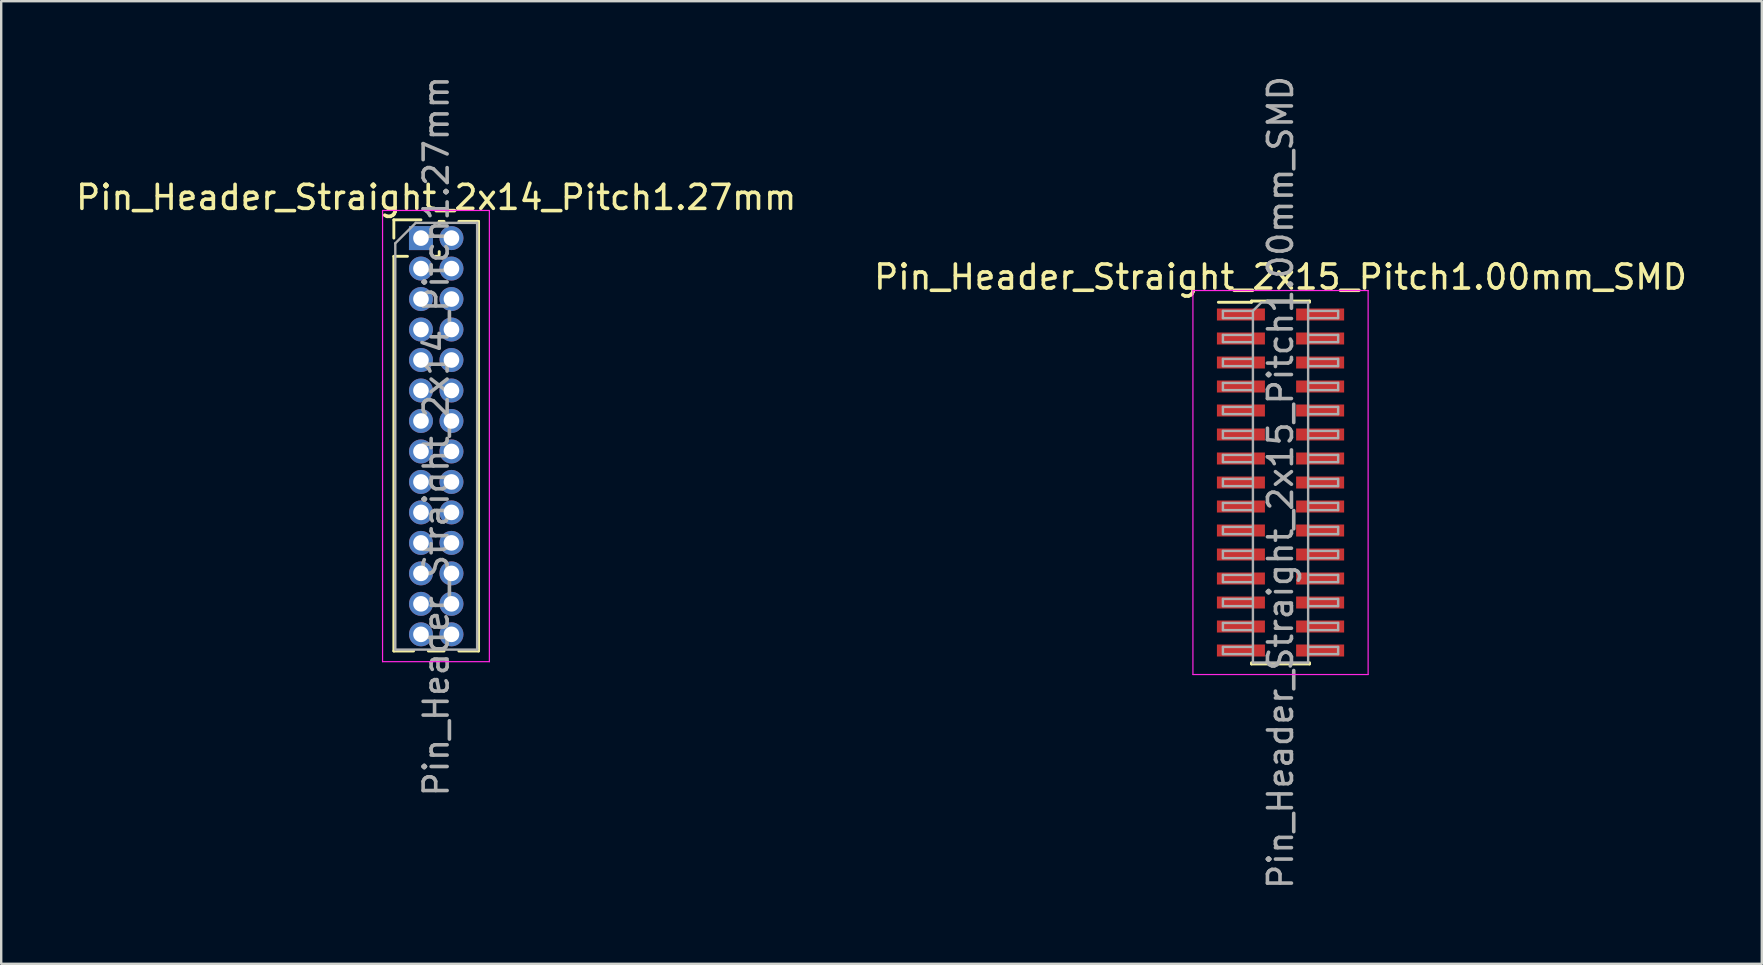
<source format=kicad_pcb>
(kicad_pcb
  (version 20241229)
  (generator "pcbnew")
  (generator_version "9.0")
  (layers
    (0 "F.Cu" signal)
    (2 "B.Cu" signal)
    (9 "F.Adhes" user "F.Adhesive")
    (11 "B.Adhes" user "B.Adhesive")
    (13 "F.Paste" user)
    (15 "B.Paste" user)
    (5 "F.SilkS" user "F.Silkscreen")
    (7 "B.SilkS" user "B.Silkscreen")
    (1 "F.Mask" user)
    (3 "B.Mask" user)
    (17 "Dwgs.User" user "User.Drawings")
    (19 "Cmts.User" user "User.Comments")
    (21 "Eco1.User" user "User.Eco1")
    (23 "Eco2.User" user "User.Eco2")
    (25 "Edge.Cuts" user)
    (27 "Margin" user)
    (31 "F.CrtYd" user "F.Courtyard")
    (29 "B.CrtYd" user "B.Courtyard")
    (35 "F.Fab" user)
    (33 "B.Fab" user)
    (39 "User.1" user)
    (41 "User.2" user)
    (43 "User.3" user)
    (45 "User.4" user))
  (footprint "Pin_Header_Straight_2x14_Pitch1.27mm"
    (layer "F.Cu")
    (at 14.49 6.87)
    (property "Reference" "Pin_Header_Straight_2x14_Pitch1.27mm" (at 0.635 -1.695 0) (layer "F.SilkS") (effects (font (size 1 1) (thickness 0.15))))
    (attr through_hole)
    (fp_line (start -1.13 -0.76) (end 0 -0.76) (stroke (width 0.12) (type solid)) (layer "F.SilkS"))
    (fp_line (start -1.13 0) (end -1.13 -0.76) (stroke (width 0.12) (type solid)) (layer "F.SilkS"))
    (fp_line (start -1.13 0.76) (end -1.13 17.205) (stroke (width 0.12) (type solid)) (layer "F.SilkS"))
    (fp_line (start -1.13 0.76) (end -0.563 0.76) (stroke (width 0.12) (type solid)) (layer "F.SilkS"))
    (fp_line (start -1.13 17.205) (end -0.308 17.205) (stroke (width 0.12) (type solid)) (layer "F.SilkS"))
    (fp_line (start 0.308 17.205) (end 0.962 17.205) (stroke (width 0.12) (type solid)) (layer "F.SilkS"))
    (fp_line (start 0.563 0.76) (end 0.707 0.76) (stroke (width 0.12) (type solid)) (layer "F.SilkS"))
    (fp_line (start 0.76 -0.695) (end 0.962 -0.695) (stroke (width 0.12) (type solid)) (layer "F.SilkS"))
    (fp_line (start 0.76 -0.563) (end 0.76 -0.695) (stroke (width 0.12) (type solid)) (layer "F.SilkS"))
    (fp_line (start 0.76 0.707) (end 0.76 0.563) (stroke (width 0.12) (type solid)) (layer "F.SilkS"))
    (fp_line (start 1.578 -0.695) (end 2.4 -0.695) (stroke (width 0.12) (type solid)) (layer "F.SilkS"))
    (fp_line (start 1.578 17.205) (end 2.4 17.205) (stroke (width 0.12) (type solid)) (layer "F.SilkS"))
    (fp_line (start 2.4 -0.695) (end 2.4 17.205) (stroke (width 0.12) (type solid)) (layer "F.SilkS"))
    (fp_line (start -1.6 -1.15) (end -1.6 17.65) (stroke (width 0.05) (type solid)) (layer "F.CrtYd"))
    (fp_line (start -1.6 17.65) (end 2.85 17.65) (stroke (width 0.05) (type solid)) (layer "F.CrtYd"))
    (fp_line (start 2.85 -1.15) (end -1.6 -1.15) (stroke (width 0.05) (type solid)) (layer "F.CrtYd"))
    (fp_line (start 2.85 17.65) (end 2.85 -1.15) (stroke (width 0.05) (type solid)) (layer "F.CrtYd"))
    (fp_line (start -1.07 0.217) (end -0.217 -0.635) (stroke (width 0.1) (type solid)) (layer "F.Fab"))
    (fp_line (start -1.07 17.145) (end -1.07 0.217) (stroke (width 0.1) (type solid)) (layer "F.Fab"))
    (fp_line (start -0.217 -0.635) (end 2.34 -0.635) (stroke (width 0.1) (type solid)) (layer "F.Fab"))
    (fp_line (start 2.34 -0.635) (end 2.34 17.145) (stroke (width 0.1) (type solid)) (layer "F.Fab"))
    (fp_line (start 2.34 17.145) (end -1.07 17.145) (stroke (width 0.1) (type solid)) (layer "F.Fab"))
    (fp_text user "${REFERENCE}" (at 0.635 8.255 90) (layer "F.Fab") (effects (font (size 1 1) (thickness 0.15))))
    (pad "1" thru_hole rect (at 0 0) (size 1 1) (drill 0.65) (layers "*.Cu" "*.Mask"))
    (pad "2" thru_hole oval (at 1.27 0) (size 1 1) (drill 0.65) (layers "*.Cu" "*.Mask"))
    (pad "3" thru_hole oval (at 0 1.27) (size 1 1) (drill 0.65) (layers "*.Cu" "*.Mask"))
    (pad "4" thru_hole oval (at 1.27 1.27) (size 1 1) (drill 0.65) (layers "*.Cu" "*.Mask"))
    (pad "5" thru_hole oval (at 0 2.54) (size 1 1) (drill 0.65) (layers "*.Cu" "*.Mask"))
    (pad "6" thru_hole oval (at 1.27 2.54) (size 1 1) (drill 0.65) (layers "*.Cu" "*.Mask"))
    (pad "7" thru_hole oval (at 0 3.81) (size 1 1) (drill 0.65) (layers "*.Cu" "*.Mask"))
    (pad "8" thru_hole oval (at 1.27 3.81) (size 1 1) (drill 0.65) (layers "*.Cu" "*.Mask"))
    (pad "9" thru_hole oval (at 0 5.08) (size 1 1) (drill 0.65) (layers "*.Cu" "*.Mask"))
    (pad "10" thru_hole oval (at 1.27 5.08) (size 1 1) (drill 0.65) (layers "*.Cu" "*.Mask"))
    (pad "11" thru_hole oval (at 0 6.35) (size 1 1) (drill 0.65) (layers "*.Cu" "*.Mask"))
    (pad "12" thru_hole oval (at 1.27 6.35) (size 1 1) (drill 0.65) (layers "*.Cu" "*.Mask"))
    (pad "13" thru_hole oval (at 0 7.62) (size 1 1) (drill 0.65) (layers "*.Cu" "*.Mask"))
    (pad "14" thru_hole oval (at 1.27 7.62) (size 1 1) (drill 0.65) (layers "*.Cu" "*.Mask"))
    (pad "15" thru_hole oval (at 0 8.89) (size 1 1) (drill 0.65) (layers "*.Cu" "*.Mask"))
    (pad "16" thru_hole oval (at 1.27 8.89) (size 1 1) (drill 0.65) (layers "*.Cu" "*.Mask"))
    (pad "17" thru_hole oval (at 0 10.16) (size 1 1) (drill 0.65) (layers "*.Cu" "*.Mask"))
    (pad "18" thru_hole oval (at 1.27 10.16) (size 1 1) (drill 0.65) (layers "*.Cu" "*.Mask"))
    (pad "19" thru_hole oval (at 0 11.43) (size 1 1) (drill 0.65) (layers "*.Cu" "*.Mask"))
    (pad "20" thru_hole oval (at 1.27 11.43) (size 1 1) (drill 0.65) (layers "*.Cu" "*.Mask"))
    (pad "21" thru_hole oval (at 0 12.7) (size 1 1) (drill 0.65) (layers "*.Cu" "*.Mask"))
    (pad "22" thru_hole oval (at 1.27 12.7) (size 1 1) (drill 0.65) (layers "*.Cu" "*.Mask"))
    (pad "23" thru_hole oval (at 0 13.97) (size 1 1) (drill 0.65) (layers "*.Cu" "*.Mask"))
    (pad "24" thru_hole oval (at 1.27 13.97) (size 1 1) (drill 0.65) (layers "*.Cu" "*.Mask"))
    (pad "25" thru_hole oval (at 0 15.24) (size 1 1) (drill 0.65) (layers "*.Cu" "*.Mask"))
    (pad "26" thru_hole oval (at 1.27 15.24) (size 1 1) (drill 0.65) (layers "*.Cu" "*.Mask"))
    (pad "27" thru_hole oval (at 0 16.51) (size 1 1) (drill 0.65) (layers "*.Cu" "*.Mask"))
    (pad "28" thru_hole oval (at 1.27 16.51) (size 1 1) (drill 0.65) (layers "*.Cu" "*.Mask")))
  (footprint "Pin_Header_Straight_2x15_Pitch1.00mm_SMD"
    (layer "F.Cu")
    (at 50.304 17.054)
    (property "Reference" "Pin_Header_Straight_2x15_Pitch1.00mm_SMD" (at 0 -8.56 0) (layer "F.SilkS") (effects (font (size 1 1) (thickness 0.15))))
    (attr smd)
    (fp_line (start -2.59 -7.51) (end -1.21 -7.51) (stroke (width 0.12) (type solid)) (layer "F.SilkS"))
    (fp_line (start -1.21 -7.56) (end -1.21 -7.51) (stroke (width 0.12) (type solid)) (layer "F.SilkS"))
    (fp_line (start -1.21 -7.56) (end 1.21 -7.56) (stroke (width 0.12) (type solid)) (layer "F.SilkS"))
    (fp_line (start -1.21 7.51) (end -1.21 7.56) (stroke (width 0.12) (type solid)) (layer "F.SilkS"))
    (fp_line (start -1.21 7.56) (end 1.21 7.56) (stroke (width 0.12) (type solid)) (layer "F.SilkS"))
    (fp_line (start 1.21 -7.56) (end 1.21 -7.51) (stroke (width 0.12) (type solid)) (layer "F.SilkS"))
    (fp_line (start 1.21 7.51) (end 1.21 7.56) (stroke (width 0.12) (type solid)) (layer "F.SilkS"))
    (fp_line (start -3.65 -8) (end -3.65 8) (stroke (width 0.05) (type solid)) (layer "F.CrtYd"))
    (fp_line (start -3.65 8) (end 3.65 8) (stroke (width 0.05) (type solid)) (layer "F.CrtYd"))
    (fp_line (start 3.65 -8) (end -3.65 -8) (stroke (width 0.05) (type solid)) (layer "F.CrtYd"))
    (fp_line (start 3.65 8) (end 3.65 -8) (stroke (width 0.05) (type solid)) (layer "F.CrtYd"))
    (fp_line (start -2.4 -7.15) (end -2.4 -6.85) (stroke (width 0.1) (type solid)) (layer "F.Fab"))
    (fp_line (start -2.4 -6.85) (end -1.15 -6.85) (stroke (width 0.1) (type solid)) (layer "F.Fab"))
    (fp_line (start -2.4 -6.15) (end -2.4 -5.85) (stroke (width 0.1) (type solid)) (layer "F.Fab"))
    (fp_line (start -2.4 -5.85) (end -1.15 -5.85) (stroke (width 0.1) (type solid)) (layer "F.Fab"))
    (fp_line (start -2.4 -5.15) (end -2.4 -4.85) (stroke (width 0.1) (type solid)) (layer "F.Fab"))
    (fp_line (start -2.4 -4.85) (end -1.15 -4.85) (stroke (width 0.1) (type solid)) (layer "F.Fab"))
    (fp_line (start -2.4 -4.15) (end -2.4 -3.85) (stroke (width 0.1) (type solid)) (layer "F.Fab"))
    (fp_line (start -2.4 -3.85) (end -1.15 -3.85) (stroke (width 0.1) (type solid)) (layer "F.Fab"))
    (fp_line (start -2.4 -3.15) (end -2.4 -2.85) (stroke (width 0.1) (type solid)) (layer "F.Fab"))
    (fp_line (start -2.4 -2.85) (end -1.15 -2.85) (stroke (width 0.1) (type solid)) (layer "F.Fab"))
    (fp_line (start -2.4 -2.15) (end -2.4 -1.85) (stroke (width 0.1) (type solid)) (layer "F.Fab"))
    (fp_line (start -2.4 -1.85) (end -1.15 -1.85) (stroke (width 0.1) (type solid)) (layer "F.Fab"))
    (fp_line (start -2.4 -1.15) (end -2.4 -0.85) (stroke (width 0.1) (type solid)) (layer "F.Fab"))
    (fp_line (start -2.4 -0.85) (end -1.15 -0.85) (stroke (width 0.1) (type solid)) (layer "F.Fab"))
    (fp_line (start -2.4 -0.15) (end -2.4 0.15) (stroke (width 0.1) (type solid)) (layer "F.Fab"))
    (fp_line (start -2.4 0.15) (end -1.15 0.15) (stroke (width 0.1) (type solid)) (layer "F.Fab"))
    (fp_line (start -2.4 0.85) (end -2.4 1.15) (stroke (width 0.1) (type solid)) (layer "F.Fab"))
    (fp_line (start -2.4 1.15) (end -1.15 1.15) (stroke (width 0.1) (type solid)) (layer "F.Fab"))
    (fp_line (start -2.4 1.85) (end -2.4 2.15) (stroke (width 0.1) (type solid)) (layer "F.Fab"))
    (fp_line (start -2.4 2.15) (end -1.15 2.15) (stroke (width 0.1) (type solid)) (layer "F.Fab"))
    (fp_line (start -2.4 2.85) (end -2.4 3.15) (stroke (width 0.1) (type solid)) (layer "F.Fab"))
    (fp_line (start -2.4 3.15) (end -1.15 3.15) (stroke (width 0.1) (type solid)) (layer "F.Fab"))
    (fp_line (start -2.4 3.85) (end -2.4 4.15) (stroke (width 0.1) (type solid)) (layer "F.Fab"))
    (fp_line (start -2.4 4.15) (end -1.15 4.15) (stroke (width 0.1) (type solid)) (layer "F.Fab"))
    (fp_line (start -2.4 4.85) (end -2.4 5.15) (stroke (width 0.1) (type solid)) (layer "F.Fab"))
    (fp_line (start -2.4 5.15) (end -1.15 5.15) (stroke (width 0.1) (type solid)) (layer "F.Fab"))
    (fp_line (start -2.4 5.85) (end -2.4 6.15) (stroke (width 0.1) (type solid)) (layer "F.Fab"))
    (fp_line (start -2.4 6.15) (end -1.15 6.15) (stroke (width 0.1) (type solid)) (layer "F.Fab"))
    (fp_line (start -2.4 6.85) (end -2.4 7.15) (stroke (width 0.1) (type solid)) (layer "F.Fab"))
    (fp_line (start -2.4 7.15) (end -1.15 7.15) (stroke (width 0.1) (type solid)) (layer "F.Fab"))
    (fp_line (start -1.15 -7.15) (end -2.4 -7.15) (stroke (width 0.1) (type solid)) (layer "F.Fab"))
    (fp_line (start -1.15 -7.15) (end -0.8 -7.5) (stroke (width 0.1) (type solid)) (layer "F.Fab"))
    (fp_line (start -1.15 -6.15) (end -2.4 -6.15) (stroke (width 0.1) (type solid)) (layer "F.Fab"))
    (fp_line (start -1.15 -5.15) (end -2.4 -5.15) (stroke (width 0.1) (type solid)) (layer "F.Fab"))
    (fp_line (start -1.15 -4.15) (end -2.4 -4.15) (stroke (width 0.1) (type solid)) (layer "F.Fab"))
    (fp_line (start -1.15 -3.15) (end -2.4 -3.15) (stroke (width 0.1) (type solid)) (layer "F.Fab"))
    (fp_line (start -1.15 -2.15) (end -2.4 -2.15) (stroke (width 0.1) (type solid)) (layer "F.Fab"))
    (fp_line (start -1.15 -1.15) (end -2.4 -1.15) (stroke (width 0.1) (type solid)) (layer "F.Fab"))
    (fp_line (start -1.15 -0.15) (end -2.4 -0.15) (stroke (width 0.1) (type solid)) (layer "F.Fab"))
    (fp_line (start -1.15 0.85) (end -2.4 0.85) (stroke (width 0.1) (type solid)) (layer "F.Fab"))
    (fp_line (start -1.15 1.85) (end -2.4 1.85) (stroke (width 0.1) (type solid)) (layer "F.Fab"))
    (fp_line (start -1.15 2.85) (end -2.4 2.85) (stroke (width 0.1) (type solid)) (layer "F.Fab"))
    (fp_line (start -1.15 3.85) (end -2.4 3.85) (stroke (width 0.1) (type solid)) (layer "F.Fab"))
    (fp_line (start -1.15 4.85) (end -2.4 4.85) (stroke (width 0.1) (type solid)) (layer "F.Fab"))
    (fp_line (start -1.15 5.85) (end -2.4 5.85) (stroke (width 0.1) (type solid)) (layer "F.Fab"))
    (fp_line (start -1.15 6.85) (end -2.4 6.85) (stroke (width 0.1) (type solid)) (layer "F.Fab"))
    (fp_line (start -1.15 7.5) (end -1.15 -7.15) (stroke (width 0.1) (type solid)) (layer "F.Fab"))
    (fp_line (start -0.8 -7.5) (end 1.15 -7.5) (stroke (width 0.1) (type solid)) (layer "F.Fab"))
    (fp_line (start 1.15 -7.5) (end 1.15 7.5) (stroke (width 0.1) (type solid)) (layer "F.Fab"))
    (fp_line (start 1.15 -7.15) (end 2.4 -7.15) (stroke (width 0.1) (type solid)) (layer "F.Fab"))
    (fp_line (start 1.15 -6.15) (end 2.4 -6.15) (stroke (width 0.1) (type solid)) (layer "F.Fab"))
    (fp_line (start 1.15 -5.15) (end 2.4 -5.15) (stroke (width 0.1) (type solid)) (layer "F.Fab"))
    (fp_line (start 1.15 -4.15) (end 2.4 -4.15) (stroke (width 0.1) (type solid)) (layer "F.Fab"))
    (fp_line (start 1.15 -3.15) (end 2.4 -3.15) (stroke (width 0.1) (type solid)) (layer "F.Fab"))
    (fp_line (start 1.15 -2.15) (end 2.4 -2.15) (stroke (width 0.1) (type solid)) (layer "F.Fab"))
    (fp_line (start 1.15 -1.15) (end 2.4 -1.15) (stroke (width 0.1) (type solid)) (layer "F.Fab"))
    (fp_line (start 1.15 -0.15) (end 2.4 -0.15) (stroke (width 0.1) (type solid)) (layer "F.Fab"))
    (fp_line (start 1.15 0.85) (end 2.4 0.85) (stroke (width 0.1) (type solid)) (layer "F.Fab"))
    (fp_line (start 1.15 1.85) (end 2.4 1.85) (stroke (width 0.1) (type solid)) (layer "F.Fab"))
    (fp_line (start 1.15 2.85) (end 2.4 2.85) (stroke (width 0.1) (type solid)) (layer "F.Fab"))
    (fp_line (start 1.15 3.85) (end 2.4 3.85) (stroke (width 0.1) (type solid)) (layer "F.Fab"))
    (fp_line (start 1.15 4.85) (end 2.4 4.85) (stroke (width 0.1) (type solid)) (layer "F.Fab"))
    (fp_line (start 1.15 5.85) (end 2.4 5.85) (stroke (width 0.1) (type solid)) (layer "F.Fab"))
    (fp_line (start 1.15 6.85) (end 2.4 6.85) (stroke (width 0.1) (type solid)) (layer "F.Fab"))
    (fp_line (start 1.15 7.5) (end -1.15 7.5) (stroke (width 0.1) (type solid)) (layer "F.Fab"))
    (fp_line (start 2.4 -7.15) (end 2.4 -6.85) (stroke (width 0.1) (type solid)) (layer "F.Fab"))
    (fp_line (start 2.4 -6.85) (end 1.15 -6.85) (stroke (width 0.1) (type solid)) (layer "F.Fab"))
    (fp_line (start 2.4 -6.15) (end 2.4 -5.85) (stroke (width 0.1) (type solid)) (layer "F.Fab"))
    (fp_line (start 2.4 -5.85) (end 1.15 -5.85) (stroke (width 0.1) (type solid)) (layer "F.Fab"))
    (fp_line (start 2.4 -5.15) (end 2.4 -4.85) (stroke (width 0.1) (type solid)) (layer "F.Fab"))
    (fp_line (start 2.4 -4.85) (end 1.15 -4.85) (stroke (width 0.1) (type solid)) (layer "F.Fab"))
    (fp_line (start 2.4 -4.15) (end 2.4 -3.85) (stroke (width 0.1) (type solid)) (layer "F.Fab"))
    (fp_line (start 2.4 -3.85) (end 1.15 -3.85) (stroke (width 0.1) (type solid)) (layer "F.Fab"))
    (fp_line (start 2.4 -3.15) (end 2.4 -2.85) (stroke (width 0.1) (type solid)) (layer "F.Fab"))
    (fp_line (start 2.4 -2.85) (end 1.15 -2.85) (stroke (width 0.1) (type solid)) (layer "F.Fab"))
    (fp_line (start 2.4 -2.15) (end 2.4 -1.85) (stroke (width 0.1) (type solid)) (layer "F.Fab"))
    (fp_line (start 2.4 -1.85) (end 1.15 -1.85) (stroke (width 0.1) (type solid)) (layer "F.Fab"))
    (fp_line (start 2.4 -1.15) (end 2.4 -0.85) (stroke (width 0.1) (type solid)) (layer "F.Fab"))
    (fp_line (start 2.4 -0.85) (end 1.15 -0.85) (stroke (width 0.1) (type solid)) (layer "F.Fab"))
    (fp_line (start 2.4 -0.15) (end 2.4 0.15) (stroke (width 0.1) (type solid)) (layer "F.Fab"))
    (fp_line (start 2.4 0.15) (end 1.15 0.15) (stroke (width 0.1) (type solid)) (layer "F.Fab"))
    (fp_line (start 2.4 0.85) (end 2.4 1.15) (stroke (width 0.1) (type solid)) (layer "F.Fab"))
    (fp_line (start 2.4 1.15) (end 1.15 1.15) (stroke (width 0.1) (type solid)) (layer "F.Fab"))
    (fp_line (start 2.4 1.85) (end 2.4 2.15) (stroke (width 0.1) (type solid)) (layer "F.Fab"))
    (fp_line (start 2.4 2.15) (end 1.15 2.15) (stroke (width 0.1) (type solid)) (layer "F.Fab"))
    (fp_line (start 2.4 2.85) (end 2.4 3.15) (stroke (width 0.1) (type solid)) (layer "F.Fab"))
    (fp_line (start 2.4 3.15) (end 1.15 3.15) (stroke (width 0.1) (type solid)) (layer "F.Fab"))
    (fp_line (start 2.4 3.85) (end 2.4 4.15) (stroke (width 0.1) (type solid)) (layer "F.Fab"))
    (fp_line (start 2.4 4.15) (end 1.15 4.15) (stroke (width 0.1) (type solid)) (layer "F.Fab"))
    (fp_line (start 2.4 4.85) (end 2.4 5.15) (stroke (width 0.1) (type solid)) (layer "F.Fab"))
    (fp_line (start 2.4 5.15) (end 1.15 5.15) (stroke (width 0.1) (type solid)) (layer "F.Fab"))
    (fp_line (start 2.4 5.85) (end 2.4 6.15) (stroke (width 0.1) (type solid)) (layer "F.Fab"))
    (fp_line (start 2.4 6.15) (end 1.15 6.15) (stroke (width 0.1) (type solid)) (layer "F.Fab"))
    (fp_line (start 2.4 6.85) (end 2.4 7.15) (stroke (width 0.1) (type solid)) (layer "F.Fab"))
    (fp_line (start 2.4 7.15) (end 1.15 7.15) (stroke (width 0.1) (type solid)) (layer "F.Fab"))
    (fp_text user "${REFERENCE}" (at 0 0 90) (layer "F.Fab") (effects (font (size 1 1) (thickness 0.15))))
    (pad "1" smd rect (at -1.65 -7) (size 2 0.5) (layers "F.Cu" "F.Mask" "F.Paste"))
    (pad "2" smd rect (at 1.65 -7) (size 2 0.5) (layers "F.Cu" "F.Mask" "F.Paste"))
    (pad "3" smd rect (at -1.65 -6) (size 2 0.5) (layers "F.Cu" "F.Mask" "F.Paste"))
    (pad "4" smd rect (at 1.65 -6) (size 2 0.5) (layers "F.Cu" "F.Mask" "F.Paste"))
    (pad "5" smd rect (at -1.65 -5) (size 2 0.5) (layers "F.Cu" "F.Mask" "F.Paste"))
    (pad "6" smd rect (at 1.65 -5) (size 2 0.5) (layers "F.Cu" "F.Mask" "F.Paste"))
    (pad "7" smd rect (at -1.65 -4) (size 2 0.5) (layers "F.Cu" "F.Mask" "F.Paste"))
    (pad "8" smd rect (at 1.65 -4) (size 2 0.5) (layers "F.Cu" "F.Mask" "F.Paste"))
    (pad "9" smd rect (at -1.65 -3) (size 2 0.5) (layers "F.Cu" "F.Mask" "F.Paste"))
    (pad "10" smd rect (at 1.65 -3) (size 2 0.5) (layers "F.Cu" "F.Mask" "F.Paste"))
    (pad "11" smd rect (at -1.65 -2) (size 2 0.5) (layers "F.Cu" "F.Mask" "F.Paste"))
    (pad "12" smd rect (at 1.65 -2) (size 2 0.5) (layers "F.Cu" "F.Mask" "F.Paste"))
    (pad "13" smd rect (at -1.65 -1) (size 2 0.5) (layers "F.Cu" "F.Mask" "F.Paste"))
    (pad "14" smd rect (at 1.65 -1) (size 2 0.5) (layers "F.Cu" "F.Mask" "F.Paste"))
    (pad "15" smd rect (at -1.65 0) (size 2 0.5) (layers "F.Cu" "F.Mask" "F.Paste"))
    (pad "16" smd rect (at 1.65 0) (size 2 0.5) (layers "F.Cu" "F.Mask" "F.Paste"))
    (pad "17" smd rect (at -1.65 1) (size 2 0.5) (layers "F.Cu" "F.Mask" "F.Paste"))
    (pad "18" smd rect (at 1.65 1) (size 2 0.5) (layers "F.Cu" "F.Mask" "F.Paste"))
    (pad "19" smd rect (at -1.65 2) (size 2 0.5) (layers "F.Cu" "F.Mask" "F.Paste"))
    (pad "20" smd rect (at 1.65 2) (size 2 0.5) (layers "F.Cu" "F.Mask" "F.Paste"))
    (pad "21" smd rect (at -1.65 3) (size 2 0.5) (layers "F.Cu" "F.Mask" "F.Paste"))
    (pad "22" smd rect (at 1.65 3) (size 2 0.5) (layers "F.Cu" "F.Mask" "F.Paste"))
    (pad "23" smd rect (at -1.65 4) (size 2 0.5) (layers "F.Cu" "F.Mask" "F.Paste"))
    (pad "24" smd rect (at 1.65 4) (size 2 0.5) (layers "F.Cu" "F.Mask" "F.Paste"))
    (pad "25" smd rect (at -1.65 5) (size 2 0.5) (layers "F.Cu" "F.Mask" "F.Paste"))
    (pad "26" smd rect (at 1.65 5) (size 2 0.5) (layers "F.Cu" "F.Mask" "F.Paste"))
    (pad "27" smd rect (at -1.65 6) (size 2 0.5) (layers "F.Cu" "F.Mask" "F.Paste"))
    (pad "28" smd rect (at 1.65 6) (size 2 0.5) (layers "F.Cu" "F.Mask" "F.Paste"))
    (pad "29" smd rect (at -1.65 7) (size 2 0.5) (layers "F.Cu" "F.Mask" "F.Paste"))
    (pad "30" smd rect (at 1.65 7) (size 2 0.5) (layers "F.Cu" "F.Mask" "F.Paste")))
  (gr_rect
    (start -3 -3)
    (end 70.357 37.107)
    (stroke (width 0.1) (type default))
    (fill no)
    (layer "Edge.Cuts")))
</source>
